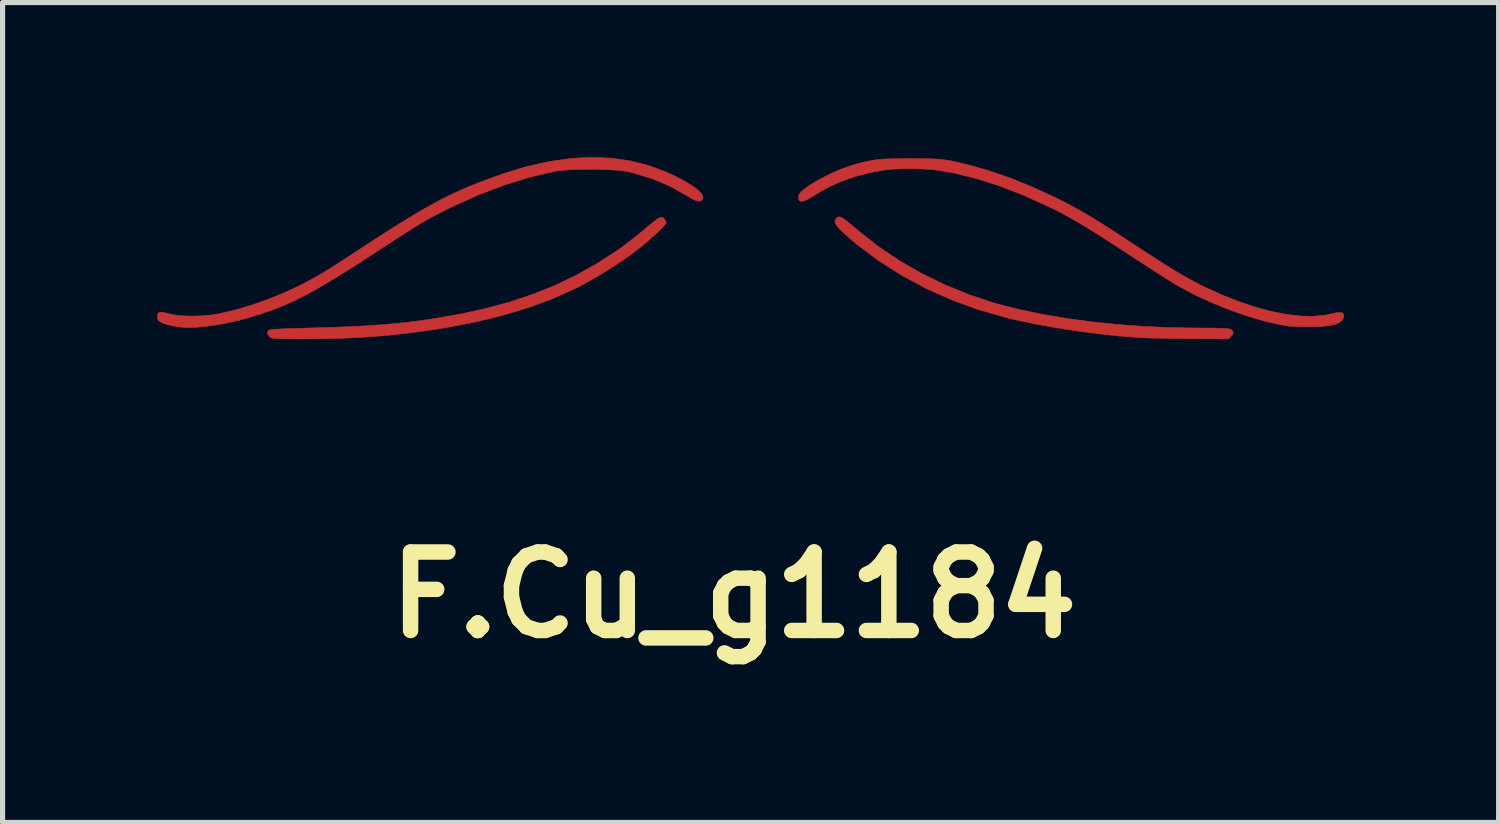
<source format=kicad_pcb>
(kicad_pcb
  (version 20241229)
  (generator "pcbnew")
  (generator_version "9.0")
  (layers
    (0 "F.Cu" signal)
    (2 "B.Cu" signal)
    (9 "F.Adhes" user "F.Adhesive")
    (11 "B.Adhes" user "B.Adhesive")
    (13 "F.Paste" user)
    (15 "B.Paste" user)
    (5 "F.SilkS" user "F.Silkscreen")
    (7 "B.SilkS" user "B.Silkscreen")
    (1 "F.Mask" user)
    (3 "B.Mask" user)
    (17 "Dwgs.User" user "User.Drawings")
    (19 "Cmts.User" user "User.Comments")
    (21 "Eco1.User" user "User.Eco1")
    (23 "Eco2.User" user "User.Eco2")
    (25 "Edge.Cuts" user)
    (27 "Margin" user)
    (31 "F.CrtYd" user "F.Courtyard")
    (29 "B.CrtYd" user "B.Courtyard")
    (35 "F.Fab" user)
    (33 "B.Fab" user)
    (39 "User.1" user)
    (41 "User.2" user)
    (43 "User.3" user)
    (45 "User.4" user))
  (footprint "F.Cu_g1184"
    (layer "F.Cu")
    (at 11.202 8.506)
    (property "Reference" "F.Cu_g1184" (at 0 0 0) (layer "F.SilkS") (effects (font (size 1.524 1.524) (thickness 0.3))))
    (attr through_hole)
    (fp_poly (pts (xy 2.078 -7.338) (xy 2.123 -7.314) (xy 2.184 -7.271) (xy 2.266 -7.205) (xy 2.373 -7.115) (xy 2.428 -7.068) (xy 2.8 -6.774) (xy 3.205 -6.5) (xy 3.637 -6.251) (xy 4.092 -6.028) (xy 4.565 -5.835) (xy 5.05 -5.673) (xy 5.13 -5.65) (xy 5.534 -5.547) (xy 5.973 -5.455) (xy 6.441 -5.375) (xy 6.931 -5.308) (xy 7.438 -5.255) (xy 7.955 -5.217) (xy 8.475 -5.193) (xy 8.967 -5.186) (xy 9.122 -5.185) (xy 9.266 -5.184) (xy 9.393 -5.182) (xy 9.497 -5.179) (xy 9.571 -5.176) (xy 9.608 -5.172) (xy 9.673 -5.147) (xy 9.701 -5.107) (xy 9.689 -5.057) (xy 9.664 -5.027) (xy 9.612 -4.974) (xy 8.907 -4.977) (xy 8.721 -4.979) (xy 8.535 -4.981) (xy 8.355 -4.984) (xy 8.19 -4.988) (xy 8.049 -4.992) (xy 7.938 -4.996) (xy 7.906 -4.998) (xy 7.509 -5.028) (xy 7.095 -5.072) (xy 6.675 -5.126) (xy 6.258 -5.191) (xy 5.856 -5.263) (xy 5.48 -5.342) (xy 5.281 -5.39) (xy 4.748 -5.543) (xy 4.233 -5.731) (xy 3.738 -5.952) (xy 3.266 -6.205) (xy 2.82 -6.488) (xy 2.403 -6.8) (xy 2.265 -6.915) (xy 2.146 -7.02) (xy 2.058 -7.105) (xy 2.001 -7.173) (xy 1.971 -7.227) (xy 1.966 -7.271) (xy 1.984 -7.309) (xy 1.994 -7.319) (xy 2.018 -7.338) (xy 2.044 -7.345) (xy 2.078 -7.338)) (stroke (width 0.01) (type solid)) (fill yes) (layer "F.Cu"))
    (fp_poly (pts (xy -1.381 -7.332) (xy -1.359 -7.313) (xy -1.352 -7.305) (xy -1.323 -7.262) (xy -1.312 -7.231) (xy -1.328 -7.202) (xy -1.372 -7.151) (xy -1.439 -7.084) (xy -1.523 -7.004) (xy -1.621 -6.917) (xy -1.726 -6.826) (xy -1.833 -6.738) (xy -1.938 -6.656) (xy -1.958 -6.641) (xy -2.135 -6.515) (xy -2.337 -6.381) (xy -2.553 -6.246) (xy -2.769 -6.119) (xy -2.973 -6.007) (xy -3.066 -5.959) (xy -3.498 -5.764) (xy -3.966 -5.589) (xy -4.47 -5.436) (xy -5.007 -5.304) (xy -5.578 -5.194) (xy -5.958 -5.135) (xy -6.321 -5.087) (xy -6.662 -5.049) (xy -6.993 -5.02) (xy -7.323 -4.998) (xy -7.665 -4.984) (xy -8.029 -4.976) (xy -8.345 -4.974) (xy -8.525 -4.975) (xy -8.668 -4.975) (xy -8.778 -4.976) (xy -8.859 -4.979) (xy -8.918 -4.982) (xy -8.958 -4.988) (xy -8.985 -4.995) (xy -9.003 -5.004) (xy -9.017 -5.016) (xy -9.017 -5.016) (xy -9.054 -5.071) (xy -9.05 -5.118) (xy -9.029 -5.142) (xy -9.003 -5.15) (xy -8.942 -5.157) (xy -8.845 -5.164) (xy -8.711 -5.171) (xy -8.538 -5.177) (xy -8.325 -5.183) (xy -8.206 -5.187) (xy -7.82 -5.198) (xy -7.471 -5.211) (xy -7.152 -5.228) (xy -6.857 -5.248) (xy -6.581 -5.271) (xy -6.318 -5.299) (xy -6.061 -5.332) (xy -5.884 -5.357) (xy -5.34 -5.451) (xy -4.83 -5.561) (xy -4.351 -5.691) (xy -3.899 -5.842) (xy -3.47 -6.015) (xy -3.059 -6.212) (xy -2.662 -6.434) (xy -2.276 -6.683) (xy -2.186 -6.746) (xy -2.1 -6.809) (xy -1.994 -6.891) (xy -1.88 -6.981) (xy -1.771 -7.071) (xy -1.746 -7.092) (xy -1.633 -7.187) (xy -1.548 -7.256) (xy -1.484 -7.303) (xy -1.438 -7.329) (xy -1.406 -7.338) (xy -1.381 -7.332)) (stroke (width 0.01) (type solid)) (fill yes) (layer "F.Cu"))
    (fp_poly (pts (xy -2.381 -8.485) (xy -2.011 -8.432) (xy -1.653 -8.341) (xy -1.307 -8.213) (xy -1.096 -8.114) (xy -0.92 -8.019) (xy -0.781 -7.931) (xy -0.681 -7.853) (xy -0.619 -7.784) (xy -0.597 -7.725) (xy -0.606 -7.687) (xy -0.638 -7.656) (xy -0.683 -7.648) (xy -0.746 -7.664) (xy -0.832 -7.707) (xy -0.921 -7.761) (xy -1.243 -7.941) (xy -1.587 -8.087) (xy -1.947 -8.196) (xy -2.086 -8.227) (xy -2.195 -8.243) (xy -2.337 -8.255) (xy -2.503 -8.263) (xy -2.683 -8.267) (xy -2.868 -8.268) (xy -3.049 -8.264) (xy -3.217 -8.256) (xy -3.362 -8.244) (xy -3.475 -8.229) (xy -3.482 -8.227) (xy -3.966 -8.113) (xy -4.459 -7.961) (xy -4.954 -7.773) (xy -5.447 -7.551) (xy -5.477 -7.537) (xy -5.595 -7.479) (xy -5.699 -7.426) (xy -5.796 -7.376) (xy -5.888 -7.327) (xy -5.98 -7.275) (xy -6.077 -7.219) (xy -6.182 -7.155) (xy -6.301 -7.081) (xy -6.436 -6.995) (xy -6.594 -6.893) (xy -6.777 -6.774) (xy -6.99 -6.635) (xy -7.038 -6.603) (xy -7.331 -6.413) (xy -7.595 -6.246) (xy -7.834 -6.099) (xy -8.052 -5.971) (xy -8.253 -5.858) (xy -8.443 -5.76) (xy -8.626 -5.674) (xy -8.805 -5.597) (xy -8.986 -5.528) (xy -9.173 -5.464) (xy -9.371 -5.402) (xy -9.485 -5.368) (xy -9.681 -5.318) (xy -9.886 -5.274) (xy -10.091 -5.238) (xy -10.288 -5.213) (xy -10.468 -5.197) (xy -10.622 -5.194) (xy -10.71 -5.199) (xy -10.848 -5.219) (xy -10.973 -5.245) (xy -11.075 -5.276) (xy -11.117 -5.294) (xy -11.171 -5.328) (xy -11.194 -5.363) (xy -11.197 -5.395) (xy -11.19 -5.452) (xy -11.164 -5.484) (xy -11.115 -5.493) (xy -11.036 -5.479) (xy -10.98 -5.464) (xy -10.853 -5.437) (xy -10.695 -5.421) (xy -10.518 -5.416) (xy -10.333 -5.422) (xy -10.149 -5.439) (xy -10 -5.462) (xy -9.687 -5.535) (xy -9.354 -5.633) (xy -9.014 -5.755) (xy -8.676 -5.895) (xy -8.52 -5.968) (xy -8.396 -6.028) (xy -8.277 -6.09) (xy -8.157 -6.155) (xy -8.031 -6.228) (xy -7.893 -6.312) (xy -7.737 -6.409) (xy -7.557 -6.525) (xy -7.349 -6.661) (xy -7.345 -6.663) (xy -7.051 -6.856) (xy -6.787 -7.026) (xy -6.55 -7.177) (xy -6.336 -7.309) (xy -6.141 -7.427) (xy -5.961 -7.531) (xy -5.792 -7.624) (xy -5.63 -7.708) (xy -5.471 -7.786) (xy -5.312 -7.859) (xy -5.147 -7.93) (xy -4.974 -8.001) (xy -4.932 -8.018) (xy -4.463 -8.189) (xy -4.013 -8.324) (xy -3.581 -8.42) (xy -3.166 -8.479) (xy -2.766 -8.501) (xy -2.381 -8.485)) (stroke (width 0.01) (type solid)) (fill yes) (layer "F.Cu"))
    (fp_poly (pts (xy 3.608 -8.476) (xy 3.765 -8.474) (xy 3.896 -8.469) (xy 4.01 -8.461) (xy 4.117 -8.449) (xy 4.224 -8.431) (xy 4.34 -8.406) (xy 4.473 -8.374) (xy 4.583 -8.347) (xy 4.974 -8.235) (xy 5.384 -8.093) (xy 5.807 -7.921) (xy 6.235 -7.724) (xy 6.255 -7.714) (xy 6.392 -7.646) (xy 6.52 -7.58) (xy 6.645 -7.512) (xy 6.772 -7.441) (xy 6.905 -7.363) (xy 7.05 -7.274) (xy 7.212 -7.172) (xy 7.396 -7.054) (xy 7.607 -6.916) (xy 7.717 -6.844) (xy 7.946 -6.694) (xy 8.145 -6.565) (xy 8.318 -6.454) (xy 8.468 -6.359) (xy 8.602 -6.277) (xy 8.722 -6.206) (xy 8.834 -6.143) (xy 8.942 -6.085) (xy 9.05 -6.029) (xy 9.163 -5.973) (xy 9.176 -5.967) (xy 9.505 -5.818) (xy 9.83 -5.691) (xy 10.147 -5.586) (xy 10.452 -5.506) (xy 10.742 -5.449) (xy 11.013 -5.418) (xy 11.262 -5.413) (xy 11.484 -5.434) (xy 11.595 -5.458) (xy 11.706 -5.483) (xy 11.783 -5.488) (xy 11.83 -5.474) (xy 11.849 -5.439) (xy 11.849 -5.403) (xy 11.823 -5.34) (xy 11.759 -5.289) (xy 11.658 -5.251) (xy 11.519 -5.226) (xy 11.34 -5.212) (xy 11.166 -5.21) (xy 11.049 -5.212) (xy 10.942 -5.214) (xy 10.855 -5.217) (xy 10.797 -5.22) (xy 10.784 -5.221) (xy 10.572 -5.257) (xy 10.331 -5.313) (xy 10.072 -5.387) (xy 9.802 -5.476) (xy 9.529 -5.577) (xy 9.261 -5.688) (xy 9.006 -5.805) (xy 8.966 -5.825) (xy 8.882 -5.868) (xy 8.804 -5.908) (xy 8.729 -5.949) (xy 8.652 -5.992) (xy 8.568 -6.041) (xy 8.475 -6.098) (xy 8.367 -6.166) (xy 8.241 -6.246) (xy 8.092 -6.342) (xy 7.916 -6.456) (xy 7.708 -6.591) (xy 7.705 -6.594) (xy 7.462 -6.751) (xy 7.251 -6.888) (xy 7.066 -7.006) (xy 6.903 -7.107) (xy 6.759 -7.196) (xy 6.627 -7.273) (xy 6.506 -7.342) (xy 6.389 -7.405) (xy 6.274 -7.465) (xy 6.154 -7.524) (xy 6.107 -7.547) (xy 5.625 -7.765) (xy 5.161 -7.945) (xy 4.714 -8.088) (xy 4.283 -8.193) (xy 3.99 -8.246) (xy 3.837 -8.263) (xy 3.659 -8.274) (xy 3.468 -8.28) (xy 3.278 -8.279) (xy 3.102 -8.272) (xy 2.954 -8.258) (xy 2.942 -8.257) (xy 2.65 -8.204) (xy 2.365 -8.13) (xy 2.097 -8.037) (xy 1.854 -7.928) (xy 1.711 -7.849) (xy 1.588 -7.775) (xy 1.496 -7.72) (xy 1.429 -7.682) (xy 1.38 -7.659) (xy 1.346 -7.647) (xy 1.32 -7.644) (xy 1.308 -7.645) (xy 1.274 -7.658) (xy 1.261 -7.691) (xy 1.259 -7.726) (xy 1.263 -7.764) (xy 1.277 -7.797) (xy 1.309 -7.833) (xy 1.365 -7.879) (xy 1.408 -7.912) (xy 1.514 -7.985) (xy 1.649 -8.064) (xy 1.801 -8.143) (xy 1.959 -8.218) (xy 2.109 -8.281) (xy 2.233 -8.325) (xy 2.378 -8.369) (xy 2.506 -8.404) (xy 2.624 -8.43) (xy 2.74 -8.45) (xy 2.863 -8.463) (xy 3.001 -8.471) (xy 3.163 -8.475) (xy 3.356 -8.477) (xy 3.418 -8.477) (xy 3.608 -8.476)) (stroke (width 0.01) (type solid)) (fill yes) (layer "F.Cu")))
  (gr_rect
    (start -3 -3)
    (end 26.057 12.924)
    (stroke (width 0.1) (type default))
    (fill no)
    (layer "Edge.Cuts")))
</source>
